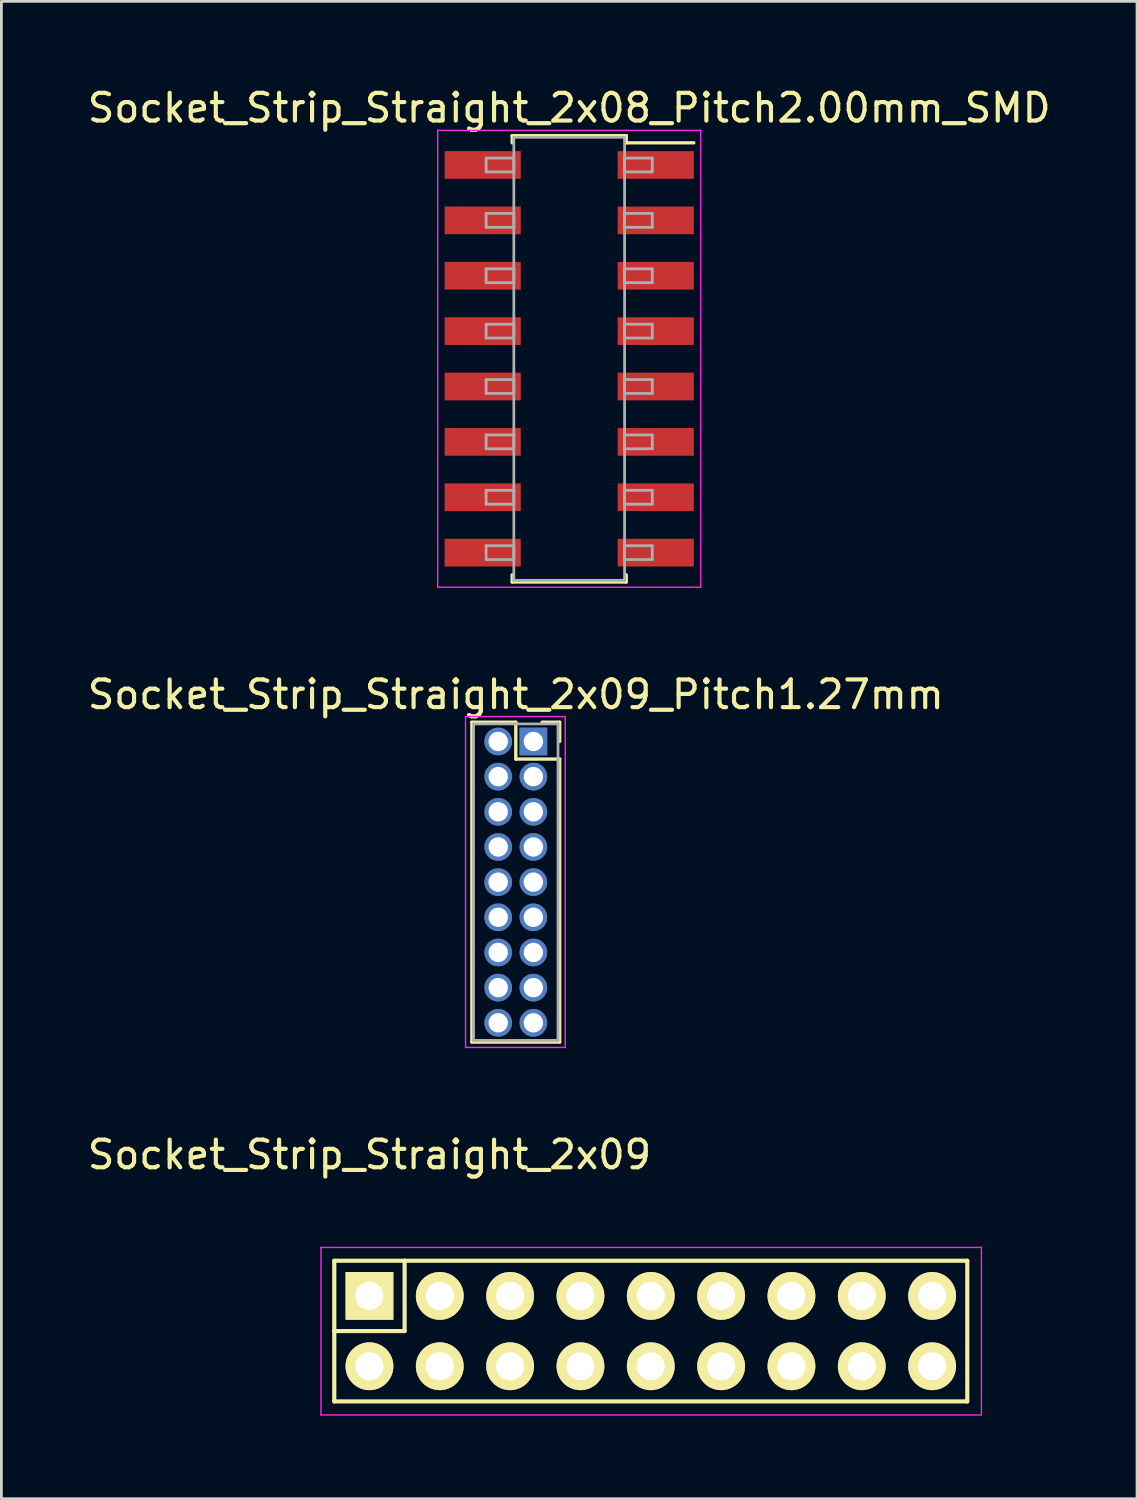
<source format=kicad_pcb>
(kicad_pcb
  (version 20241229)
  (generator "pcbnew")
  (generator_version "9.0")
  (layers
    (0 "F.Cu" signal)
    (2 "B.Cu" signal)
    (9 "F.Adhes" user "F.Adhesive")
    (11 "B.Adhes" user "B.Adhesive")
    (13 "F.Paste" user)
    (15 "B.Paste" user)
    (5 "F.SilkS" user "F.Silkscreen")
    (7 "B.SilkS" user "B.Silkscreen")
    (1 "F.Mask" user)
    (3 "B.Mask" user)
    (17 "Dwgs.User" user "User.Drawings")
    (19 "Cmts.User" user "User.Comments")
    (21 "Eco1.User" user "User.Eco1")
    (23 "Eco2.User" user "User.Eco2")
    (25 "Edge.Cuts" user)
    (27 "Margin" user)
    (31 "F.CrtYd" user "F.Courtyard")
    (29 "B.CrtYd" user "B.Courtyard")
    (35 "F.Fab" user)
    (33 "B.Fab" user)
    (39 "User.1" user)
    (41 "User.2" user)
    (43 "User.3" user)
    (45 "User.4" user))
  (footprint "Socket_Strip_Straight_2x09"
    (layer "F.Cu")
    (at 10.292 43.75)
    (property "Reference" "Socket_Strip_Straight_2x09" (at 0 -5.1 0) (layer "F.SilkS") (effects (font (size 1 1) (thickness 0.15))))
    (attr through_hole)
    (fp_line (start -1.27 -1.27) (end -1.27 1.27) (stroke (width 0.15) (type solid)) (layer "F.SilkS"))
    (fp_line (start -1.27 -1.27) (end 1.27 -1.27) (stroke (width 0.15) (type solid)) (layer "F.SilkS"))
    (fp_line (start -1.27 1.27) (end 1.27 1.27) (stroke (width 0.15) (type solid)) (layer "F.SilkS"))
    (fp_line (start -1.27 3.81) (end -1.27 1.27) (stroke (width 0.15) (type solid)) (layer "F.SilkS"))
    (fp_line (start 1.27 -1.27) (end 21.59 -1.27) (stroke (width 0.15) (type solid)) (layer "F.SilkS"))
    (fp_line (start 1.27 1.27) (end 1.27 -1.27) (stroke (width 0.15) (type solid)) (layer "F.SilkS"))
    (fp_line (start 21.59 3.81) (end -1.27 3.81) (stroke (width 0.15) (type solid)) (layer "F.SilkS"))
    (fp_line (start 21.59 3.81) (end 21.59 -1.27) (stroke (width 0.15) (type solid)) (layer "F.SilkS"))
    (fp_line (start -1.75 -1.75) (end -1.75 4.3) (stroke (width 0.05) (type solid)) (layer "F.CrtYd"))
    (fp_line (start -1.75 -1.75) (end 22.1 -1.75) (stroke (width 0.05) (type solid)) (layer "F.CrtYd"))
    (fp_line (start -1.75 4.3) (end 22.1 4.3) (stroke (width 0.05) (type solid)) (layer "F.CrtYd"))
    (fp_line (start 22.1 -1.75) (end 22.1 4.3) (stroke (width 0.05) (type solid)) (layer "F.CrtYd"))
    (pad "1" thru_hole rect (at 0 0) (size 1.727 1.727) (drill 1.016) (layers "*.Cu" "*.Mask" "F.SilkS"))
    (pad "2" thru_hole oval (at 0 2.54) (size 1.727 1.727) (drill 1.016) (layers "*.Cu" "*.Mask" "F.SilkS"))
    (pad "3" thru_hole oval (at 2.54 0) (size 1.727 1.727) (drill 1.016) (layers "*.Cu" "*.Mask" "F.SilkS"))
    (pad "4" thru_hole oval (at 2.54 2.54) (size 1.727 1.727) (drill 1.016) (layers "*.Cu" "*.Mask" "F.SilkS"))
    (pad "5" thru_hole oval (at 5.08 0) (size 1.727 1.727) (drill 1.016) (layers "*.Cu" "*.Mask" "F.SilkS"))
    (pad "6" thru_hole oval (at 5.08 2.54) (size 1.727 1.727) (drill 1.016) (layers "*.Cu" "*.Mask" "F.SilkS"))
    (pad "7" thru_hole oval (at 7.62 0) (size 1.727 1.727) (drill 1.016) (layers "*.Cu" "*.Mask" "F.SilkS"))
    (pad "8" thru_hole oval (at 7.62 2.54) (size 1.727 1.727) (drill 1.016) (layers "*.Cu" "*.Mask" "F.SilkS"))
    (pad "9" thru_hole oval (at 10.16 0) (size 1.727 1.727) (drill 1.016) (layers "*.Cu" "*.Mask" "F.SilkS"))
    (pad "10" thru_hole oval (at 10.16 2.54) (size 1.727 1.727) (drill 1.016) (layers "*.Cu" "*.Mask" "F.SilkS"))
    (pad "11" thru_hole oval (at 12.7 0) (size 1.727 1.727) (drill 1.016) (layers "*.Cu" "*.Mask" "F.SilkS"))
    (pad "12" thru_hole oval (at 12.7 2.54) (size 1.727 1.727) (drill 1.016) (layers "*.Cu" "*.Mask" "F.SilkS"))
    (pad "13" thru_hole oval (at 15.24 0) (size 1.727 1.727) (drill 1.016) (layers "*.Cu" "*.Mask" "F.SilkS"))
    (pad "14" thru_hole oval (at 15.24 2.54) (size 1.727 1.727) (drill 1.016) (layers "*.Cu" "*.Mask" "F.SilkS"))
    (pad "15" thru_hole oval (at 17.78 0) (size 1.727 1.727) (drill 1.016) (layers "*.Cu" "*.Mask" "F.SilkS"))
    (pad "16" thru_hole oval (at 17.78 2.54) (size 1.727 1.727) (drill 1.016) (layers "*.Cu" "*.Mask" "F.SilkS"))
    (pad "17" thru_hole oval (at 20.32 0) (size 1.727 1.727) (drill 1.016) (layers "*.Cu" "*.Mask" "F.SilkS"))
    (pad "18" thru_hole oval (at 20.32 2.54) (size 1.727 1.727) (drill 1.016) (layers "*.Cu" "*.Mask" "F.SilkS")))
  (footprint "Socket_Strip_Straight_2x09_Pitch1.27mm"
    (layer "F.Cu")
    (at 16.212 23.727)
    (property "Reference" "Socket_Strip_Straight_2x09_Pitch1.27mm" (at -0.635 -1.695 0) (layer "F.SilkS") (effects (font (size 1 1) (thickness 0.15))))
    (attr through_hole)
    (fp_line (start -2.22 -0.695) (end -0.635 -0.695) (stroke (width 0.12) (type solid)) (layer "F.SilkS"))
    (fp_line (start -2.22 10.855) (end -2.22 -0.695) (stroke (width 0.12) (type solid)) (layer "F.SilkS"))
    (fp_line (start -0.635 -0.695) (end -0.635 0.635) (stroke (width 0.12) (type solid)) (layer "F.SilkS"))
    (fp_line (start -0.635 0.635) (end 0.95 0.635) (stroke (width 0.12) (type solid)) (layer "F.SilkS"))
    (fp_line (start 0.95 -0.695) (end 0.315 -0.695) (stroke (width 0.12) (type solid)) (layer "F.SilkS"))
    (fp_line (start 0.95 0) (end 0.95 -0.695) (stroke (width 0.12) (type solid)) (layer "F.SilkS"))
    (fp_line (start 0.95 0.635) (end 0.95 10.855) (stroke (width 0.12) (type solid)) (layer "F.SilkS"))
    (fp_line (start 0.95 10.855) (end -2.22 10.855) (stroke (width 0.12) (type solid)) (layer "F.SilkS"))
    (fp_line (start -2.45 -0.9) (end -2.45 11.05) (stroke (width 0.05) (type solid)) (layer "F.CrtYd"))
    (fp_line (start -2.45 11.05) (end 1.15 11.05) (stroke (width 0.05) (type solid)) (layer "F.CrtYd"))
    (fp_line (start 1.15 -0.9) (end -2.45 -0.9) (stroke (width 0.05) (type solid)) (layer "F.CrtYd"))
    (fp_line (start 1.15 11.05) (end 1.15 -0.9) (stroke (width 0.05) (type solid)) (layer "F.CrtYd"))
    (fp_line (start -2.16 -0.635) (end -2.16 10.795) (stroke (width 0.1) (type solid)) (layer "F.Fab"))
    (fp_line (start -2.16 10.795) (end 0.89 10.795) (stroke (width 0.1) (type solid)) (layer "F.Fab"))
    (fp_line (start 0.89 -0.635) (end -2.16 -0.635) (stroke (width 0.1) (type solid)) (layer "F.Fab"))
    (fp_line (start 0.89 10.795) (end 0.89 -0.635) (stroke (width 0.1) (type solid)) (layer "F.Fab"))
    (pad "1" thru_hole rect (at 0 0) (size 1 1) (drill 0.7) (layers "*.Cu" "*.Mask"))
    (pad "2" thru_hole oval (at -1.27 0) (size 1 1) (drill 0.7) (layers "*.Cu" "*.Mask"))
    (pad "3" thru_hole oval (at 0 1.27) (size 1 1) (drill 0.7) (layers "*.Cu" "*.Mask"))
    (pad "4" thru_hole oval (at -1.27 1.27) (size 1 1) (drill 0.7) (layers "*.Cu" "*.Mask"))
    (pad "5" thru_hole oval (at 0 2.54) (size 1 1) (drill 0.7) (layers "*.Cu" "*.Mask"))
    (pad "6" thru_hole oval (at -1.27 2.54) (size 1 1) (drill 0.7) (layers "*.Cu" "*.Mask"))
    (pad "7" thru_hole oval (at 0 3.81) (size 1 1) (drill 0.7) (layers "*.Cu" "*.Mask"))
    (pad "8" thru_hole oval (at -1.27 3.81) (size 1 1) (drill 0.7) (layers "*.Cu" "*.Mask"))
    (pad "9" thru_hole oval (at 0 5.08) (size 1 1) (drill 0.7) (layers "*.Cu" "*.Mask"))
    (pad "10" thru_hole oval (at -1.27 5.08) (size 1 1) (drill 0.7) (layers "*.Cu" "*.Mask"))
    (pad "11" thru_hole oval (at 0 6.35) (size 1 1) (drill 0.7) (layers "*.Cu" "*.Mask"))
    (pad "12" thru_hole oval (at -1.27 6.35) (size 1 1) (drill 0.7) (layers "*.Cu" "*.Mask"))
    (pad "13" thru_hole oval (at 0 7.62) (size 1 1) (drill 0.7) (layers "*.Cu" "*.Mask"))
    (pad "14" thru_hole oval (at -1.27 7.62) (size 1 1) (drill 0.7) (layers "*.Cu" "*.Mask"))
    (pad "15" thru_hole oval (at 0 8.89) (size 1 1) (drill 0.7) (layers "*.Cu" "*.Mask"))
    (pad "16" thru_hole oval (at -1.27 8.89) (size 1 1) (drill 0.7) (layers "*.Cu" "*.Mask"))
    (pad "17" thru_hole oval (at 0 10.16) (size 1 1) (drill 0.7) (layers "*.Cu" "*.Mask"))
    (pad "18" thru_hole oval (at -1.27 10.16) (size 1 1) (drill 0.7) (layers "*.Cu" "*.Mask")))
  (footprint "Socket_Strip_Straight_2x08_Pitch2.00mm_SMD"
    (layer "F.Cu")
    (at 17.506 9.908)
    (property "Reference" "Socket_Strip_Straight_2x08_Pitch2.00mm_SMD" (at 0 -9.06 0) (layer "F.SilkS") (effects (font (size 1 1) (thickness 0.15))))
    (attr smd)
    (fp_line (start -2.06 -8.06) (end 2.06 -8.06) (stroke (width 0.12) (type solid)) (layer "F.SilkS"))
    (fp_line (start -2.06 -7.8) (end -2.06 -8.06) (stroke (width 0.12) (type solid)) (layer "F.SilkS"))
    (fp_line (start -2.06 7.8) (end -2.06 8.06) (stroke (width 0.12) (type solid)) (layer "F.SilkS"))
    (fp_line (start -2.06 8.06) (end 2.06 8.06) (stroke (width 0.12) (type solid)) (layer "F.SilkS"))
    (fp_line (start 2.06 -8.06) (end 2.06 -7.8) (stroke (width 0.12) (type solid)) (layer "F.SilkS"))
    (fp_line (start 2.06 8.06) (end 2.06 7.8) (stroke (width 0.12) (type solid)) (layer "F.SilkS"))
    (fp_line (start 4.5 -7.8) (end 2.06 -7.8) (stroke (width 0.12) (type solid)) (layer "F.SilkS"))
    (fp_line (start -4.75 -8.25) (end -4.75 8.25) (stroke (width 0.05) (type solid)) (layer "F.CrtYd"))
    (fp_line (start -4.75 8.25) (end 4.75 8.25) (stroke (width 0.05) (type solid)) (layer "F.CrtYd"))
    (fp_line (start 4.75 -8.25) (end -4.75 -8.25) (stroke (width 0.05) (type solid)) (layer "F.CrtYd"))
    (fp_line (start 4.75 8.25) (end 4.75 -8.25) (stroke (width 0.05) (type solid)) (layer "F.CrtYd"))
    (fp_line (start -3 -7.25) (end -2 -7.25) (stroke (width 0.1) (type solid)) (layer "F.Fab"))
    (fp_line (start -3 -6.75) (end -3 -7.25) (stroke (width 0.1) (type solid)) (layer "F.Fab"))
    (fp_line (start -3 -5.25) (end -2 -5.25) (stroke (width 0.1) (type solid)) (layer "F.Fab"))
    (fp_line (start -3 -4.75) (end -3 -5.25) (stroke (width 0.1) (type solid)) (layer "F.Fab"))
    (fp_line (start -3 -3.25) (end -2 -3.25) (stroke (width 0.1) (type solid)) (layer "F.Fab"))
    (fp_line (start -3 -2.75) (end -3 -3.25) (stroke (width 0.1) (type solid)) (layer "F.Fab"))
    (fp_line (start -3 -1.25) (end -2 -1.25) (stroke (width 0.1) (type solid)) (layer "F.Fab"))
    (fp_line (start -3 -0.75) (end -3 -1.25) (stroke (width 0.1) (type solid)) (layer "F.Fab"))
    (fp_line (start -3 0.75) (end -2 0.75) (stroke (width 0.1) (type solid)) (layer "F.Fab"))
    (fp_line (start -3 1.25) (end -3 0.75) (stroke (width 0.1) (type solid)) (layer "F.Fab"))
    (fp_line (start -3 2.75) (end -2 2.75) (stroke (width 0.1) (type solid)) (layer "F.Fab"))
    (fp_line (start -3 3.25) (end -3 2.75) (stroke (width 0.1) (type solid)) (layer "F.Fab"))
    (fp_line (start -3 4.75) (end -2 4.75) (stroke (width 0.1) (type solid)) (layer "F.Fab"))
    (fp_line (start -3 5.25) (end -3 4.75) (stroke (width 0.1) (type solid)) (layer "F.Fab"))
    (fp_line (start -3 6.75) (end -2 6.75) (stroke (width 0.1) (type solid)) (layer "F.Fab"))
    (fp_line (start -3 7.25) (end -3 6.75) (stroke (width 0.1) (type solid)) (layer "F.Fab"))
    (fp_line (start -2 -8) (end -2 8) (stroke (width 0.1) (type solid)) (layer "F.Fab"))
    (fp_line (start -2 -7.25) (end -2 -6.75) (stroke (width 0.1) (type solid)) (layer "F.Fab"))
    (fp_line (start -2 -6.75) (end -3 -6.75) (stroke (width 0.1) (type solid)) (layer "F.Fab"))
    (fp_line (start -2 -5.25) (end -2 -4.75) (stroke (width 0.1) (type solid)) (layer "F.Fab"))
    (fp_line (start -2 -4.75) (end -3 -4.75) (stroke (width 0.1) (type solid)) (layer "F.Fab"))
    (fp_line (start -2 -3.25) (end -2 -2.75) (stroke (width 0.1) (type solid)) (layer "F.Fab"))
    (fp_line (start -2 -2.75) (end -3 -2.75) (stroke (width 0.1) (type solid)) (layer "F.Fab"))
    (fp_line (start -2 -1.25) (end -2 -0.75) (stroke (width 0.1) (type solid)) (layer "F.Fab"))
    (fp_line (start -2 -0.75) (end -3 -0.75) (stroke (width 0.1) (type solid)) (layer "F.Fab"))
    (fp_line (start -2 0.75) (end -2 1.25) (stroke (width 0.1) (type solid)) (layer "F.Fab"))
    (fp_line (start -2 1.25) (end -3 1.25) (stroke (width 0.1) (type solid)) (layer "F.Fab"))
    (fp_line (start -2 2.75) (end -2 3.25) (stroke (width 0.1) (type solid)) (layer "F.Fab"))
    (fp_line (start -2 3.25) (end -3 3.25) (stroke (width 0.1) (type solid)) (layer "F.Fab"))
    (fp_line (start -2 4.75) (end -2 5.25) (stroke (width 0.1) (type solid)) (layer "F.Fab"))
    (fp_line (start -2 5.25) (end -3 5.25) (stroke (width 0.1) (type solid)) (layer "F.Fab"))
    (fp_line (start -2 6.75) (end -2 7.25) (stroke (width 0.1) (type solid)) (layer "F.Fab"))
    (fp_line (start -2 7.25) (end -3 7.25) (stroke (width 0.1) (type solid)) (layer "F.Fab"))
    (fp_line (start -2 8) (end 2 8) (stroke (width 0.1) (type solid)) (layer "F.Fab"))
    (fp_line (start 2 -8) (end -2 -8) (stroke (width 0.1) (type solid)) (layer "F.Fab"))
    (fp_line (start 2 -7.25) (end 2 -6.75) (stroke (width 0.1) (type solid)) (layer "F.Fab"))
    (fp_line (start 2 -6.75) (end 3 -6.75) (stroke (width 0.1) (type solid)) (layer "F.Fab"))
    (fp_line (start 2 -5.25) (end 2 -4.75) (stroke (width 0.1) (type solid)) (layer "F.Fab"))
    (fp_line (start 2 -4.75) (end 3 -4.75) (stroke (width 0.1) (type solid)) (layer "F.Fab"))
    (fp_line (start 2 -3.25) (end 2 -2.75) (stroke (width 0.1) (type solid)) (layer "F.Fab"))
    (fp_line (start 2 -2.75) (end 3 -2.75) (stroke (width 0.1) (type solid)) (layer "F.Fab"))
    (fp_line (start 2 -1.25) (end 2 -0.75) (stroke (width 0.1) (type solid)) (layer "F.Fab"))
    (fp_line (start 2 -0.75) (end 3 -0.75) (stroke (width 0.1) (type solid)) (layer "F.Fab"))
    (fp_line (start 2 0.75) (end 2 1.25) (stroke (width 0.1) (type solid)) (layer "F.Fab"))
    (fp_line (start 2 1.25) (end 3 1.25) (stroke (width 0.1) (type solid)) (layer "F.Fab"))
    (fp_line (start 2 2.75) (end 2 3.25) (stroke (width 0.1) (type solid)) (layer "F.Fab"))
    (fp_line (start 2 3.25) (end 3 3.25) (stroke (width 0.1) (type solid)) (layer "F.Fab"))
    (fp_line (start 2 4.75) (end 2 5.25) (stroke (width 0.1) (type solid)) (layer "F.Fab"))
    (fp_line (start 2 5.25) (end 3 5.25) (stroke (width 0.1) (type solid)) (layer "F.Fab"))
    (fp_line (start 2 6.75) (end 2 7.25) (stroke (width 0.1) (type solid)) (layer "F.Fab"))
    (fp_line (start 2 7.25) (end 3 7.25) (stroke (width 0.1) (type solid)) (layer "F.Fab"))
    (fp_line (start 2 8) (end 2 -8) (stroke (width 0.1) (type solid)) (layer "F.Fab"))
    (fp_line (start 3 -7.25) (end 2 -7.25) (stroke (width 0.1) (type solid)) (layer "F.Fab"))
    (fp_line (start 3 -6.75) (end 3 -7.25) (stroke (width 0.1) (type solid)) (layer "F.Fab"))
    (fp_line (start 3 -5.25) (end 2 -5.25) (stroke (width 0.1) (type solid)) (layer "F.Fab"))
    (fp_line (start 3 -4.75) (end 3 -5.25) (stroke (width 0.1) (type solid)) (layer "F.Fab"))
    (fp_line (start 3 -3.25) (end 2 -3.25) (stroke (width 0.1) (type solid)) (layer "F.Fab"))
    (fp_line (start 3 -2.75) (end 3 -3.25) (stroke (width 0.1) (type solid)) (layer "F.Fab"))
    (fp_line (start 3 -1.25) (end 2 -1.25) (stroke (width 0.1) (type solid)) (layer "F.Fab"))
    (fp_line (start 3 -0.75) (end 3 -1.25) (stroke (width 0.1) (type solid)) (layer "F.Fab"))
    (fp_line (start 3 0.75) (end 2 0.75) (stroke (width 0.1) (type solid)) (layer "F.Fab"))
    (fp_line (start 3 1.25) (end 3 0.75) (stroke (width 0.1) (type solid)) (layer "F.Fab"))
    (fp_line (start 3 2.75) (end 2 2.75) (stroke (width 0.1) (type solid)) (layer "F.Fab"))
    (fp_line (start 3 3.25) (end 3 2.75) (stroke (width 0.1) (type solid)) (layer "F.Fab"))
    (fp_line (start 3 4.75) (end 2 4.75) (stroke (width 0.1) (type solid)) (layer "F.Fab"))
    (fp_line (start 3 5.25) (end 3 4.75) (stroke (width 0.1) (type solid)) (layer "F.Fab"))
    (fp_line (start 3 6.75) (end 2 6.75) (stroke (width 0.1) (type solid)) (layer "F.Fab"))
    (fp_line (start 3 7.25) (end 3 6.75) (stroke (width 0.1) (type solid)) (layer "F.Fab"))
    (pad "1" smd rect (at 3.125 -7) (size 2.75 1) (layers "F.Cu" "F.Mask"))
    (pad "2" smd rect (at -3.125 -7) (size 2.75 1) (layers "F.Cu" "F.Mask"))
    (pad "3" smd rect (at 3.125 -5) (size 2.75 1) (layers "F.Cu" "F.Mask"))
    (pad "4" smd rect (at -3.125 -5) (size 2.75 1) (layers "F.Cu" "F.Mask"))
    (pad "5" smd rect (at 3.125 -3) (size 2.75 1) (layers "F.Cu" "F.Mask"))
    (pad "6" smd rect (at -3.125 -3) (size 2.75 1) (layers "F.Cu" "F.Mask"))
    (pad "7" smd rect (at 3.125 -1) (size 2.75 1) (layers "F.Cu" "F.Mask"))
    (pad "8" smd rect (at -3.125 -1) (size 2.75 1) (layers "F.Cu" "F.Mask"))
    (pad "9" smd rect (at 3.125 1) (size 2.75 1) (layers "F.Cu" "F.Mask"))
    (pad "10" smd rect (at -3.125 1) (size 2.75 1) (layers "F.Cu" "F.Mask"))
    (pad "11" smd rect (at 3.125 3) (size 2.75 1) (layers "F.Cu" "F.Mask"))
    (pad "12" smd rect (at -3.125 3) (size 2.75 1) (layers "F.Cu" "F.Mask"))
    (pad "13" smd rect (at 3.125 5) (size 2.75 1) (layers "F.Cu" "F.Mask"))
    (pad "14" smd rect (at -3.125 5) (size 2.75 1) (layers "F.Cu" "F.Mask"))
    (pad "15" smd rect (at 3.125 7) (size 2.75 1) (layers "F.Cu" "F.Mask"))
    (pad "16" smd rect (at -3.125 7) (size 2.75 1) (layers "F.Cu" "F.Mask")))
  (gr_rect
    (start -3 -3)
    (end 38.012 51.075)
    (stroke (width 0.1) (type default))
    (fill no)
    (layer "Edge.Cuts")))
</source>
